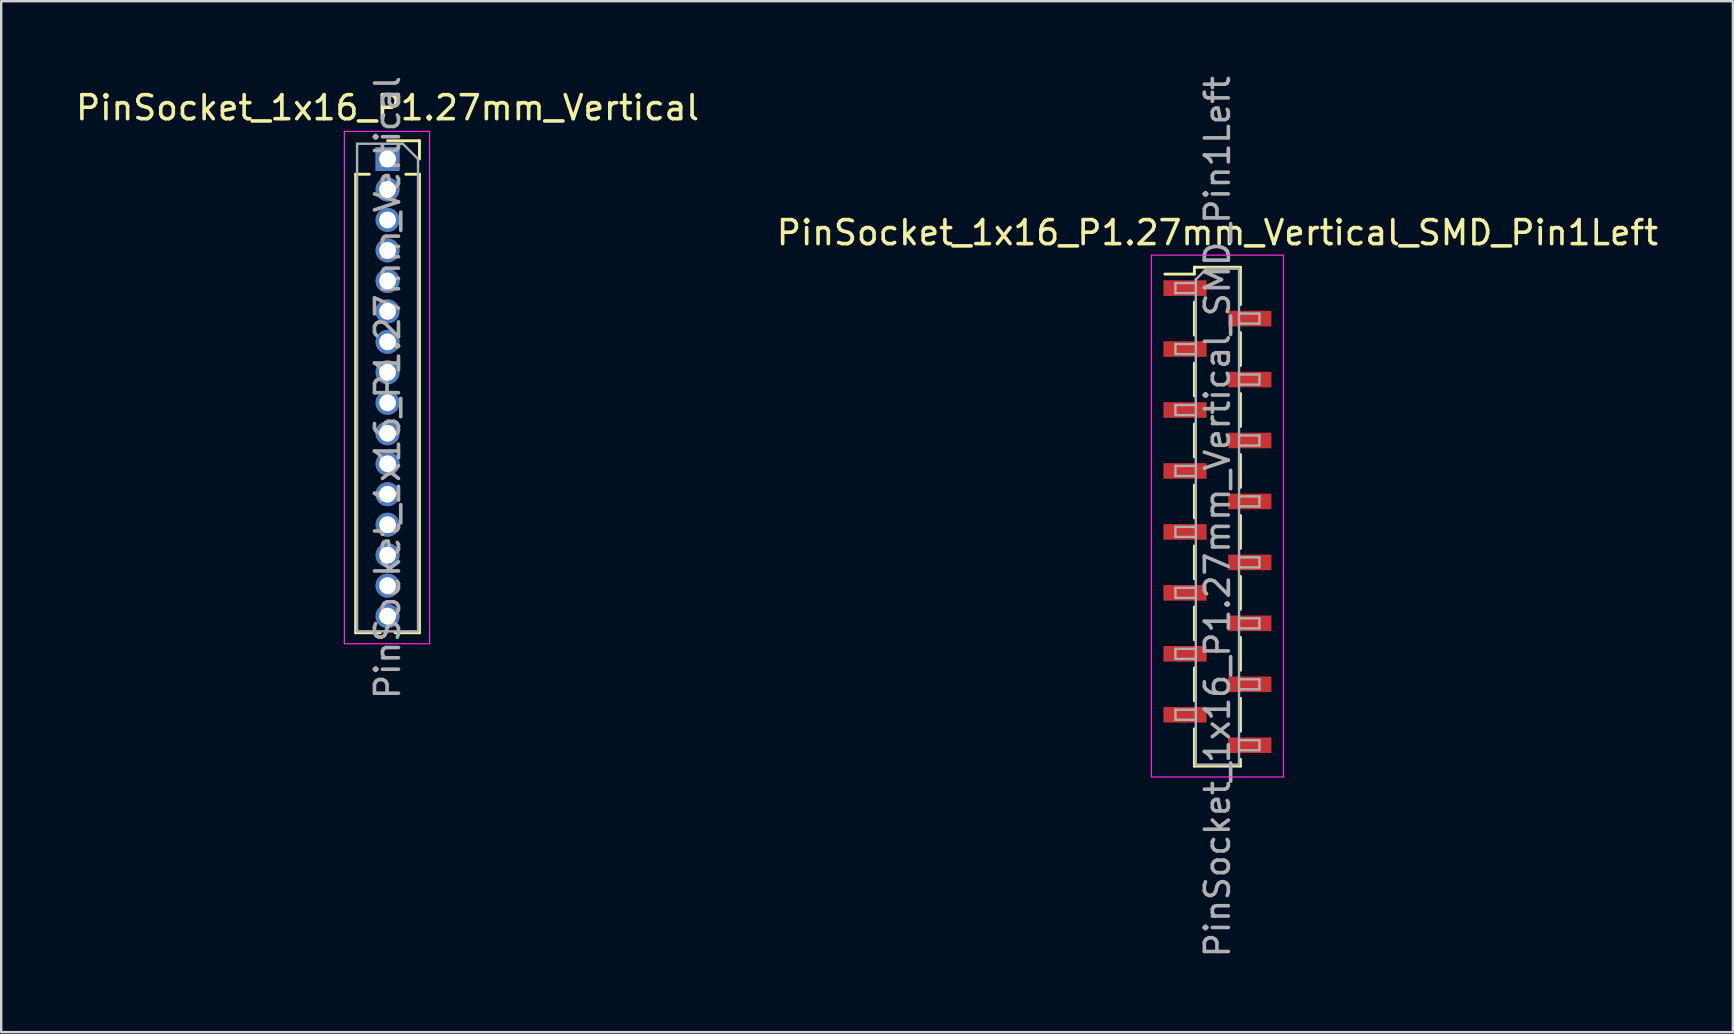
<source format=kicad_pcb>
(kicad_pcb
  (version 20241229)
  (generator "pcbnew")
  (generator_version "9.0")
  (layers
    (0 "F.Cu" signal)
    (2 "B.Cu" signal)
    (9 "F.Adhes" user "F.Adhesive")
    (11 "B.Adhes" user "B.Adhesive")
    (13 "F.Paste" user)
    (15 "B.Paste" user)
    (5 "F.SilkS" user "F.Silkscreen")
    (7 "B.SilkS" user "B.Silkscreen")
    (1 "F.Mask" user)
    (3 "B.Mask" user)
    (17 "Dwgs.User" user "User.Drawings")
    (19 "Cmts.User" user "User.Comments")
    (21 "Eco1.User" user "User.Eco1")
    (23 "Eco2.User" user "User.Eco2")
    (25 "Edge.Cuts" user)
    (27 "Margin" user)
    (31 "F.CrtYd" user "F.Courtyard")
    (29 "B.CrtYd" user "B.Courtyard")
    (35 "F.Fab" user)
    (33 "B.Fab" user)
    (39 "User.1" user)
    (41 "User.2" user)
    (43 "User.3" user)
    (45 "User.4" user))
  (footprint "PinSocket_1x16_P1.27mm_Vertical_SMD_Pin1Left"
    (layer "F.Cu")
    (at 47.685 18.482)
    (property "Reference" "PinSocket_1x16_P1.27mm_Vertical_SMD_Pin1Left" (at 0 -11.835 0) (layer "F.SilkS") (effects (font (size 1 1) (thickness 0.15))))
    (attr smd)
    (fp_line (start -2.19 -10.11) (end -0.96 -10.11) (stroke (width 0.12) (type solid)) (layer "F.SilkS"))
    (fp_line (start -0.96 -10.395) (end -0.96 -10.11) (stroke (width 0.12) (type solid)) (layer "F.SilkS"))
    (fp_line (start -0.96 -10.395) (end 0.96 -10.395) (stroke (width 0.12) (type solid)) (layer "F.SilkS"))
    (fp_line (start -0.96 -8.94) (end -0.96 -7.57) (stroke (width 0.12) (type solid)) (layer "F.SilkS"))
    (fp_line (start -0.96 -6.4) (end -0.96 -5.03) (stroke (width 0.12) (type solid)) (layer "F.SilkS"))
    (fp_line (start -0.96 -3.86) (end -0.96 -2.49) (stroke (width 0.12) (type solid)) (layer "F.SilkS"))
    (fp_line (start -0.96 -1.32) (end -0.96 0.05) (stroke (width 0.12) (type solid)) (layer "F.SilkS"))
    (fp_line (start -0.96 1.22) (end -0.96 2.59) (stroke (width 0.12) (type solid)) (layer "F.SilkS"))
    (fp_line (start -0.96 3.76) (end -0.96 5.13) (stroke (width 0.12) (type solid)) (layer "F.SilkS"))
    (fp_line (start -0.96 6.3) (end -0.96 7.67) (stroke (width 0.12) (type solid)) (layer "F.SilkS"))
    (fp_line (start -0.96 8.84) (end -0.96 10.395) (stroke (width 0.12) (type solid)) (layer "F.SilkS"))
    (fp_line (start -0.96 10.395) (end 0.96 10.395) (stroke (width 0.12) (type solid)) (layer "F.SilkS"))
    (fp_line (start 0.96 -10.395) (end 0.96 -8.84) (stroke (width 0.12) (type solid)) (layer "F.SilkS"))
    (fp_line (start 0.96 -7.67) (end 0.96 -6.3) (stroke (width 0.12) (type solid)) (layer "F.SilkS"))
    (fp_line (start 0.96 -5.13) (end 0.96 -3.76) (stroke (width 0.12) (type solid)) (layer "F.SilkS"))
    (fp_line (start 0.96 -2.59) (end 0.96 -1.22) (stroke (width 0.12) (type solid)) (layer "F.SilkS"))
    (fp_line (start 0.96 -0.05) (end 0.96 1.32) (stroke (width 0.12) (type solid)) (layer "F.SilkS"))
    (fp_line (start 0.96 2.49) (end 0.96 3.86) (stroke (width 0.12) (type solid)) (layer "F.SilkS"))
    (fp_line (start 0.96 5.03) (end 0.96 6.4) (stroke (width 0.12) (type solid)) (layer "F.SilkS"))
    (fp_line (start 0.96 7.57) (end 0.96 8.94) (stroke (width 0.12) (type solid)) (layer "F.SilkS"))
    (fp_line (start 0.96 10.11) (end 0.96 10.395) (stroke (width 0.12) (type solid)) (layer "F.SilkS"))
    (fp_line (start -2.75 -10.9) (end 2.75 -10.9) (stroke (width 0.05) (type solid)) (layer "F.CrtYd"))
    (fp_line (start -2.75 10.85) (end -2.75 -10.9) (stroke (width 0.05) (type solid)) (layer "F.CrtYd"))
    (fp_line (start 2.75 -10.9) (end 2.75 10.85) (stroke (width 0.05) (type solid)) (layer "F.CrtYd"))
    (fp_line (start 2.75 10.85) (end -2.75 10.85) (stroke (width 0.05) (type solid)) (layer "F.CrtYd"))
    (fp_line (start -1.75 -9.735) (end -0.9 -9.735) (stroke (width 0.1) (type solid)) (layer "F.Fab"))
    (fp_line (start -1.75 -9.315) (end -1.75 -9.735) (stroke (width 0.1) (type solid)) (layer "F.Fab"))
    (fp_line (start -1.75 -7.195) (end -0.9 -7.195) (stroke (width 0.1) (type solid)) (layer "F.Fab"))
    (fp_line (start -1.75 -6.775) (end -1.75 -7.195) (stroke (width 0.1) (type solid)) (layer "F.Fab"))
    (fp_line (start -1.75 -4.655) (end -0.9 -4.655) (stroke (width 0.1) (type solid)) (layer "F.Fab"))
    (fp_line (start -1.75 -4.235) (end -1.75 -4.655) (stroke (width 0.1) (type solid)) (layer "F.Fab"))
    (fp_line (start -1.75 -2.115) (end -0.9 -2.115) (stroke (width 0.1) (type solid)) (layer "F.Fab"))
    (fp_line (start -1.75 -1.695) (end -1.75 -2.115) (stroke (width 0.1) (type solid)) (layer "F.Fab"))
    (fp_line (start -1.75 0.425) (end -0.9 0.425) (stroke (width 0.1) (type solid)) (layer "F.Fab"))
    (fp_line (start -1.75 0.845) (end -1.75 0.425) (stroke (width 0.1) (type solid)) (layer "F.Fab"))
    (fp_line (start -1.75 2.965) (end -0.9 2.965) (stroke (width 0.1) (type solid)) (layer "F.Fab"))
    (fp_line (start -1.75 3.385) (end -1.75 2.965) (stroke (width 0.1) (type solid)) (layer "F.Fab"))
    (fp_line (start -1.75 5.505) (end -0.9 5.505) (stroke (width 0.1) (type solid)) (layer "F.Fab"))
    (fp_line (start -1.75 5.925) (end -1.75 5.505) (stroke (width 0.1) (type solid)) (layer "F.Fab"))
    (fp_line (start -1.75 8.045) (end -0.9 8.045) (stroke (width 0.1) (type solid)) (layer "F.Fab"))
    (fp_line (start -1.75 8.465) (end -1.75 8.045) (stroke (width 0.1) (type solid)) (layer "F.Fab"))
    (fp_line (start -0.9 -9.885) (end -0.45 -10.335) (stroke (width 0.1) (type solid)) (layer "F.Fab"))
    (fp_line (start -0.9 -9.315) (end -1.75 -9.315) (stroke (width 0.1) (type solid)) (layer "F.Fab"))
    (fp_line (start -0.9 -6.775) (end -1.75 -6.775) (stroke (width 0.1) (type solid)) (layer "F.Fab"))
    (fp_line (start -0.9 -4.235) (end -1.75 -4.235) (stroke (width 0.1) (type solid)) (layer "F.Fab"))
    (fp_line (start -0.9 -1.695) (end -1.75 -1.695) (stroke (width 0.1) (type solid)) (layer "F.Fab"))
    (fp_line (start -0.9 0.845) (end -1.75 0.845) (stroke (width 0.1) (type solid)) (layer "F.Fab"))
    (fp_line (start -0.9 3.385) (end -1.75 3.385) (stroke (width 0.1) (type solid)) (layer "F.Fab"))
    (fp_line (start -0.9 5.925) (end -1.75 5.925) (stroke (width 0.1) (type solid)) (layer "F.Fab"))
    (fp_line (start -0.9 8.465) (end -1.75 8.465) (stroke (width 0.1) (type solid)) (layer "F.Fab"))
    (fp_line (start -0.9 10.335) (end -0.9 -9.885) (stroke (width 0.1) (type solid)) (layer "F.Fab"))
    (fp_line (start -0.45 -10.335) (end 0.9 -10.335) (stroke (width 0.1) (type solid)) (layer "F.Fab"))
    (fp_line (start 0.9 -10.335) (end 0.9 10.335) (stroke (width 0.1) (type solid)) (layer "F.Fab"))
    (fp_line (start 0.9 -8.465) (end 1.75 -8.465) (stroke (width 0.1) (type solid)) (layer "F.Fab"))
    (fp_line (start 0.9 -5.925) (end 1.75 -5.925) (stroke (width 0.1) (type solid)) (layer "F.Fab"))
    (fp_line (start 0.9 -3.385) (end 1.75 -3.385) (stroke (width 0.1) (type solid)) (layer "F.Fab"))
    (fp_line (start 0.9 -0.845) (end 1.75 -0.845) (stroke (width 0.1) (type solid)) (layer "F.Fab"))
    (fp_line (start 0.9 1.695) (end 1.75 1.695) (stroke (width 0.1) (type solid)) (layer "F.Fab"))
    (fp_line (start 0.9 4.235) (end 1.75 4.235) (stroke (width 0.1) (type solid)) (layer "F.Fab"))
    (fp_line (start 0.9 6.775) (end 1.75 6.775) (stroke (width 0.1) (type solid)) (layer "F.Fab"))
    (fp_line (start 0.9 9.315) (end 1.75 9.315) (stroke (width 0.1) (type solid)) (layer "F.Fab"))
    (fp_line (start 0.9 10.335) (end -0.9 10.335) (stroke (width 0.1) (type solid)) (layer "F.Fab"))
    (fp_line (start 1.75 -8.465) (end 1.75 -8.045) (stroke (width 0.1) (type solid)) (layer "F.Fab"))
    (fp_line (start 1.75 -8.045) (end 0.9 -8.045) (stroke (width 0.1) (type solid)) (layer "F.Fab"))
    (fp_line (start 1.75 -5.925) (end 1.75 -5.505) (stroke (width 0.1) (type solid)) (layer "F.Fab"))
    (fp_line (start 1.75 -5.505) (end 0.9 -5.505) (stroke (width 0.1) (type solid)) (layer "F.Fab"))
    (fp_line (start 1.75 -3.385) (end 1.75 -2.965) (stroke (width 0.1) (type solid)) (layer "F.Fab"))
    (fp_line (start 1.75 -2.965) (end 0.9 -2.965) (stroke (width 0.1) (type solid)) (layer "F.Fab"))
    (fp_line (start 1.75 -0.845) (end 1.75 -0.425) (stroke (width 0.1) (type solid)) (layer "F.Fab"))
    (fp_line (start 1.75 -0.425) (end 0.9 -0.425) (stroke (width 0.1) (type solid)) (layer "F.Fab"))
    (fp_line (start 1.75 1.695) (end 1.75 2.115) (stroke (width 0.1) (type solid)) (layer "F.Fab"))
    (fp_line (start 1.75 2.115) (end 0.9 2.115) (stroke (width 0.1) (type solid)) (layer "F.Fab"))
    (fp_line (start 1.75 4.235) (end 1.75 4.655) (stroke (width 0.1) (type solid)) (layer "F.Fab"))
    (fp_line (start 1.75 4.655) (end 0.9 4.655) (stroke (width 0.1) (type solid)) (layer "F.Fab"))
    (fp_line (start 1.75 6.775) (end 1.75 7.195) (stroke (width 0.1) (type solid)) (layer "F.Fab"))
    (fp_line (start 1.75 7.195) (end 0.9 7.195) (stroke (width 0.1) (type solid)) (layer "F.Fab"))
    (fp_line (start 1.75 9.315) (end 1.75 9.735) (stroke (width 0.1) (type solid)) (layer "F.Fab"))
    (fp_line (start 1.75 9.735) (end 0.9 9.735) (stroke (width 0.1) (type solid)) (layer "F.Fab"))
    (fp_text user "${REFERENCE}" (at 0 0 90) (layer "F.Fab") (effects (font (size 1 1) (thickness 0.15))))
    (pad "1" smd rect (at -1.35 -9.525) (size 1.8 0.65) (layers "F.Cu" "F.Mask" "F.Paste"))
    (pad "2" smd rect (at 1.35 -8.255) (size 1.8 0.65) (layers "F.Cu" "F.Mask" "F.Paste"))
    (pad "3" smd rect (at -1.35 -6.985) (size 1.8 0.65) (layers "F.Cu" "F.Mask" "F.Paste"))
    (pad "4" smd rect (at 1.35 -5.715) (size 1.8 0.65) (layers "F.Cu" "F.Mask" "F.Paste"))
    (pad "5" smd rect (at -1.35 -4.445) (size 1.8 0.65) (layers "F.Cu" "F.Mask" "F.Paste"))
    (pad "6" smd rect (at 1.35 -3.175) (size 1.8 0.65) (layers "F.Cu" "F.Mask" "F.Paste"))
    (pad "7" smd rect (at -1.35 -1.905) (size 1.8 0.65) (layers "F.Cu" "F.Mask" "F.Paste"))
    (pad "8" smd rect (at 1.35 -0.635) (size 1.8 0.65) (layers "F.Cu" "F.Mask" "F.Paste"))
    (pad "9" smd rect (at -1.35 0.635) (size 1.8 0.65) (layers "F.Cu" "F.Mask" "F.Paste"))
    (pad "10" smd rect (at 1.35 1.905) (size 1.8 0.65) (layers "F.Cu" "F.Mask" "F.Paste"))
    (pad "11" smd rect (at -1.35 3.175) (size 1.8 0.65) (layers "F.Cu" "F.Mask" "F.Paste"))
    (pad "12" smd rect (at 1.35 4.445) (size 1.8 0.65) (layers "F.Cu" "F.Mask" "F.Paste"))
    (pad "13" smd rect (at -1.35 5.715) (size 1.8 0.65) (layers "F.Cu" "F.Mask" "F.Paste"))
    (pad "14" smd rect (at 1.35 6.985) (size 1.8 0.65) (layers "F.Cu" "F.Mask" "F.Paste"))
    (pad "15" smd rect (at -1.35 8.255) (size 1.8 0.65) (layers "F.Cu" "F.Mask" "F.Paste"))
    (pad "16" smd rect (at 1.35 9.525) (size 1.8 0.65) (layers "F.Cu" "F.Mask" "F.Paste")))
  (footprint "PinSocket_1x16_P1.27mm_Vertical"
    (layer "F.Cu")
    (at 13.101 3.576)
    (property "Reference" "PinSocket_1x16_P1.27mm_Vertical" (at 0 -2.135 0) (layer "F.SilkS") (effects (font (size 1 1) (thickness 0.15))))
    (attr through_hole)
    (fp_line (start -1.33 0.635) (end -1.33 19.745) (stroke (width 0.12) (type solid)) (layer "F.SilkS"))
    (fp_line (start -1.33 0.635) (end -0.76 0.635) (stroke (width 0.12) (type solid)) (layer "F.SilkS"))
    (fp_line (start -1.33 19.745) (end -0.308 19.745) (stroke (width 0.12) (type solid)) (layer "F.SilkS"))
    (fp_line (start 0 -0.76) (end 1.33 -0.76) (stroke (width 0.12) (type solid)) (layer "F.SilkS"))
    (fp_line (start 0.308 19.745) (end 1.33 19.745) (stroke (width 0.12) (type solid)) (layer "F.SilkS"))
    (fp_line (start 0.76 0.635) (end 1.33 0.635) (stroke (width 0.12) (type solid)) (layer "F.SilkS"))
    (fp_line (start 1.33 -0.76) (end 1.33 0) (stroke (width 0.12) (type solid)) (layer "F.SilkS"))
    (fp_line (start 1.33 0.635) (end 1.33 19.745) (stroke (width 0.12) (type solid)) (layer "F.SilkS"))
    (fp_line (start -1.8 -1.15) (end 1.75 -1.15) (stroke (width 0.05) (type solid)) (layer "F.CrtYd"))
    (fp_line (start -1.8 20.2) (end -1.8 -1.15) (stroke (width 0.05) (type solid)) (layer "F.CrtYd"))
    (fp_line (start 1.75 -1.15) (end 1.75 20.2) (stroke (width 0.05) (type solid)) (layer "F.CrtYd"))
    (fp_line (start 1.75 20.2) (end -1.8 20.2) (stroke (width 0.05) (type solid)) (layer "F.CrtYd"))
    (fp_line (start -1.27 -0.635) (end 0.635 -0.635) (stroke (width 0.1) (type solid)) (layer "F.Fab"))
    (fp_line (start -1.27 19.685) (end -1.27 -0.635) (stroke (width 0.1) (type solid)) (layer "F.Fab"))
    (fp_line (start 0.635 -0.635) (end 1.27 0) (stroke (width 0.1) (type solid)) (layer "F.Fab"))
    (fp_line (start 1.27 0) (end 1.27 19.685) (stroke (width 0.1) (type solid)) (layer "F.Fab"))
    (fp_line (start 1.27 19.685) (end -1.27 19.685) (stroke (width 0.1) (type solid)) (layer "F.Fab"))
    (fp_text user "${REFERENCE}" (at 0 9.525 90) (layer "F.Fab") (effects (font (size 1 1) (thickness 0.15))))
    (pad "1" thru_hole rect (at 0 0) (size 1 1) (drill 0.7) (layers "*.Cu" "*.Mask"))
    (pad "2" thru_hole oval (at 0 1.27) (size 1 1) (drill 0.7) (layers "*.Cu" "*.Mask"))
    (pad "3" thru_hole oval (at 0 2.54) (size 1 1) (drill 0.7) (layers "*.Cu" "*.Mask"))
    (pad "4" thru_hole oval (at 0 3.81) (size 1 1) (drill 0.7) (layers "*.Cu" "*.Mask"))
    (pad "5" thru_hole oval (at 0 5.08) (size 1 1) (drill 0.7) (layers "*.Cu" "*.Mask"))
    (pad "6" thru_hole oval (at 0 6.35) (size 1 1) (drill 0.7) (layers "*.Cu" "*.Mask"))
    (pad "7" thru_hole oval (at 0 7.62) (size 1 1) (drill 0.7) (layers "*.Cu" "*.Mask"))
    (pad "8" thru_hole oval (at 0 8.89) (size 1 1) (drill 0.7) (layers "*.Cu" "*.Mask"))
    (pad "9" thru_hole oval (at 0 10.16) (size 1 1) (drill 0.7) (layers "*.Cu" "*.Mask"))
    (pad "10" thru_hole oval (at 0 11.43) (size 1 1) (drill 0.7) (layers "*.Cu" "*.Mask"))
    (pad "11" thru_hole oval (at 0 12.7) (size 1 1) (drill 0.7) (layers "*.Cu" "*.Mask"))
    (pad "12" thru_hole oval (at 0 13.97) (size 1 1) (drill 0.7) (layers "*.Cu" "*.Mask"))
    (pad "13" thru_hole oval (at 0 15.24) (size 1 1) (drill 0.7) (layers "*.Cu" "*.Mask"))
    (pad "14" thru_hole oval (at 0 16.51) (size 1 1) (drill 0.7) (layers "*.Cu" "*.Mask"))
    (pad "15" thru_hole oval (at 0 17.78) (size 1 1) (drill 0.7) (layers "*.Cu" "*.Mask"))
    (pad "16" thru_hole oval (at 0 19.05) (size 1 1) (drill 0.7) (layers "*.Cu" "*.Mask")))
  (gr_rect
    (start -3 -3)
    (end 69.167 39.964)
    (stroke (width 0.1) (type default))
    (fill no)
    (layer "Edge.Cuts")))
</source>
